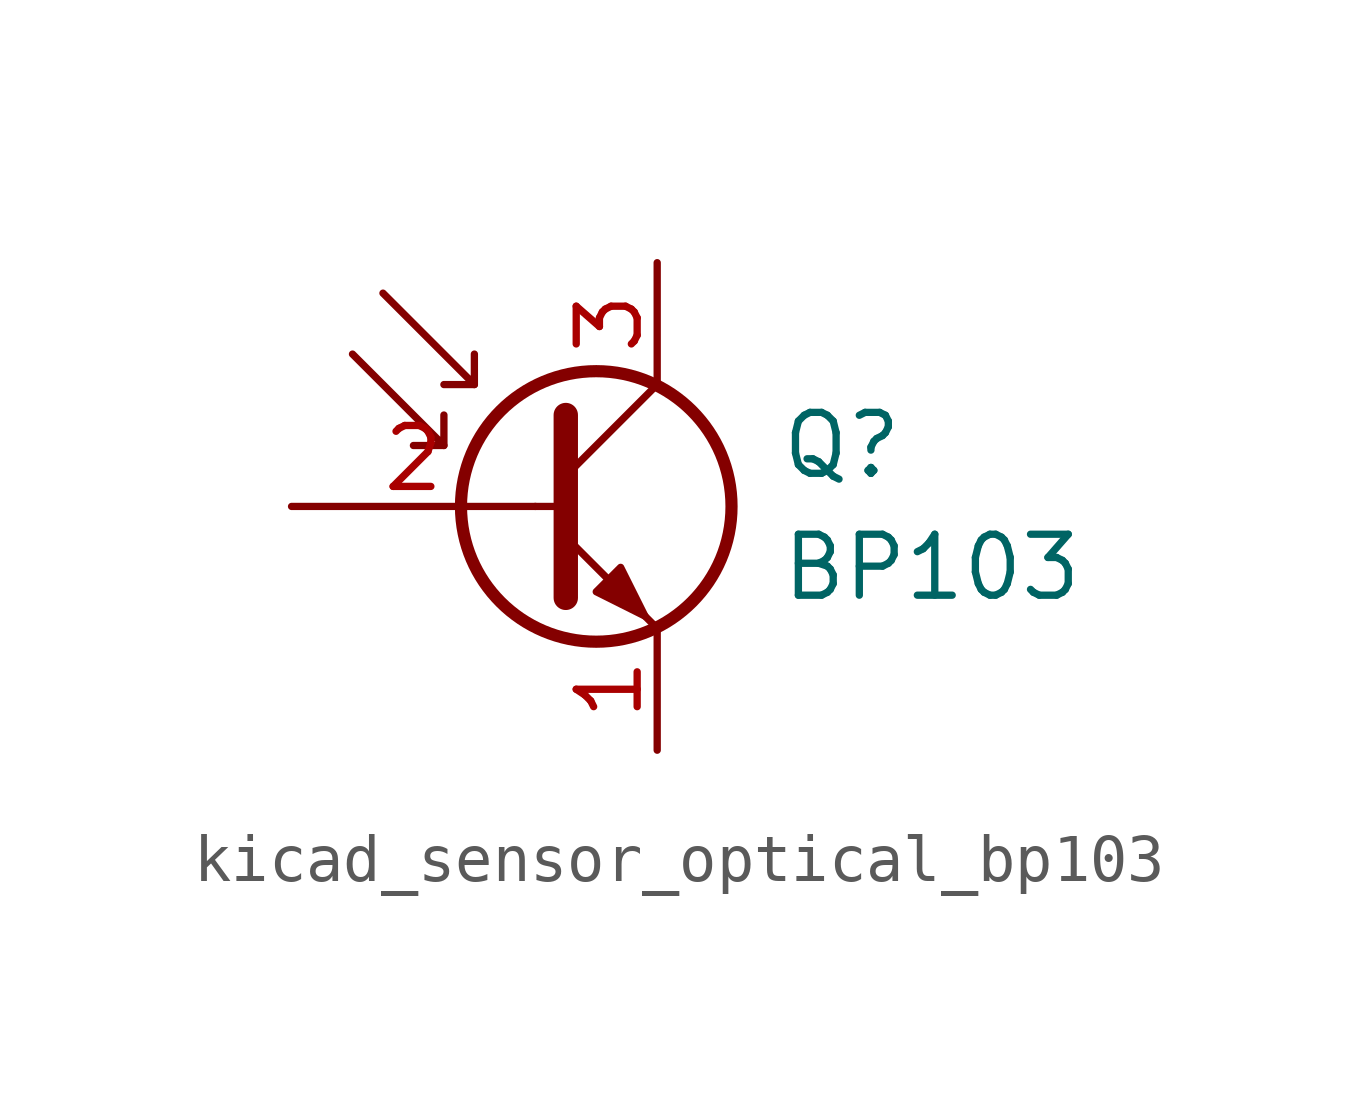
<source format=kicad_sym>
(kicad_symbol_lib
  (version 20220914)
  (generator kicad_symbol_editor)
  (symbol "kicad_sensor_optical_bp103"
    (pin_names
      (offset 0) hide)
    (property "Reference" "Q"
      (at 5.08 1.27 0)
      (effects (font (size 1.27 1.27)) (justify left)))
    (property "Value" "BP103"
      (at 5.08 -1.27 0)
      (effects (font (size 1.27 1.27)) (justify left)))
    (symbol "kicad_sensor_optical_bp103_0_0"
      (polyline (pts (xy 0 0) (xy 0.635 0)) (stroke (width 0) (type default)) (fill (type none))))
    (symbol "kicad_sensor_optical_bp103_0_1"
      (polyline (pts (xy -1.905 1.27) (xy -2.54 1.27)) (stroke (width 0) (type default)) (fill (type none)))
      (polyline (pts (xy -1.27 2.54) (xy -1.905 2.54)) (stroke (width 0) (type default)) (fill (type none)))
      (polyline (pts (xy 0.635 0.635) (xy 2.54 2.54)) (stroke (width 0) (type default)) (fill (type none)))
      (polyline (pts (xy -3.81 3.175) (xy -1.905 1.27) (xy -1.905 1.905)) (stroke (width 0) (type default)) (fill (type none)))
      (polyline (pts (xy -3.175 4.445) (xy -1.27 2.54) (xy -1.27 3.175)) (stroke (width 0) (type default)) (fill (type none)))
      (polyline (pts (xy 0.635 -0.635) (xy 2.54 -2.54) (xy 2.54 -2.54)) (stroke (width 0) (type default)) (fill (type none)))
      (polyline (pts (xy 0.635 1.905) (xy 0.635 -1.905) (xy 0.635 -1.905)) (stroke (width 0.508) (type default)) (fill (type none)))
      (polyline (pts (xy 1.27 -1.778) (xy 1.778 -1.27) (xy 2.286 -2.286) (xy 1.27 -1.778) (xy 1.27 -1.778)) (stroke (width 0) (type default)) (fill (type outline)))
      (circle (center 1.27 0) (radius 2.819) (stroke (width 0.254) (type default)) (fill (type none))))
    (symbol "kicad_sensor_optical_bp103_1_1"
      (pin passive line (at 2.54 -5.08 90) (length 2.54) (name "E" (effects (font (size 1.27 1.27)))) (number "1" (effects (font (size 1.27 1.27)))))
      (pin input line (at -5.08 0 0) (length 5.08) (name "B" (effects (font (size 1.27 1.27)))) (number "2" (effects (font (size 1.27 1.27)))))
      (pin passive line (at 2.54 5.08 270) (length 2.54) (name "C" (effects (font (size 1.27 1.27)))) (number "3" (effects (font (size 1.27 1.27))))))))
</source>
